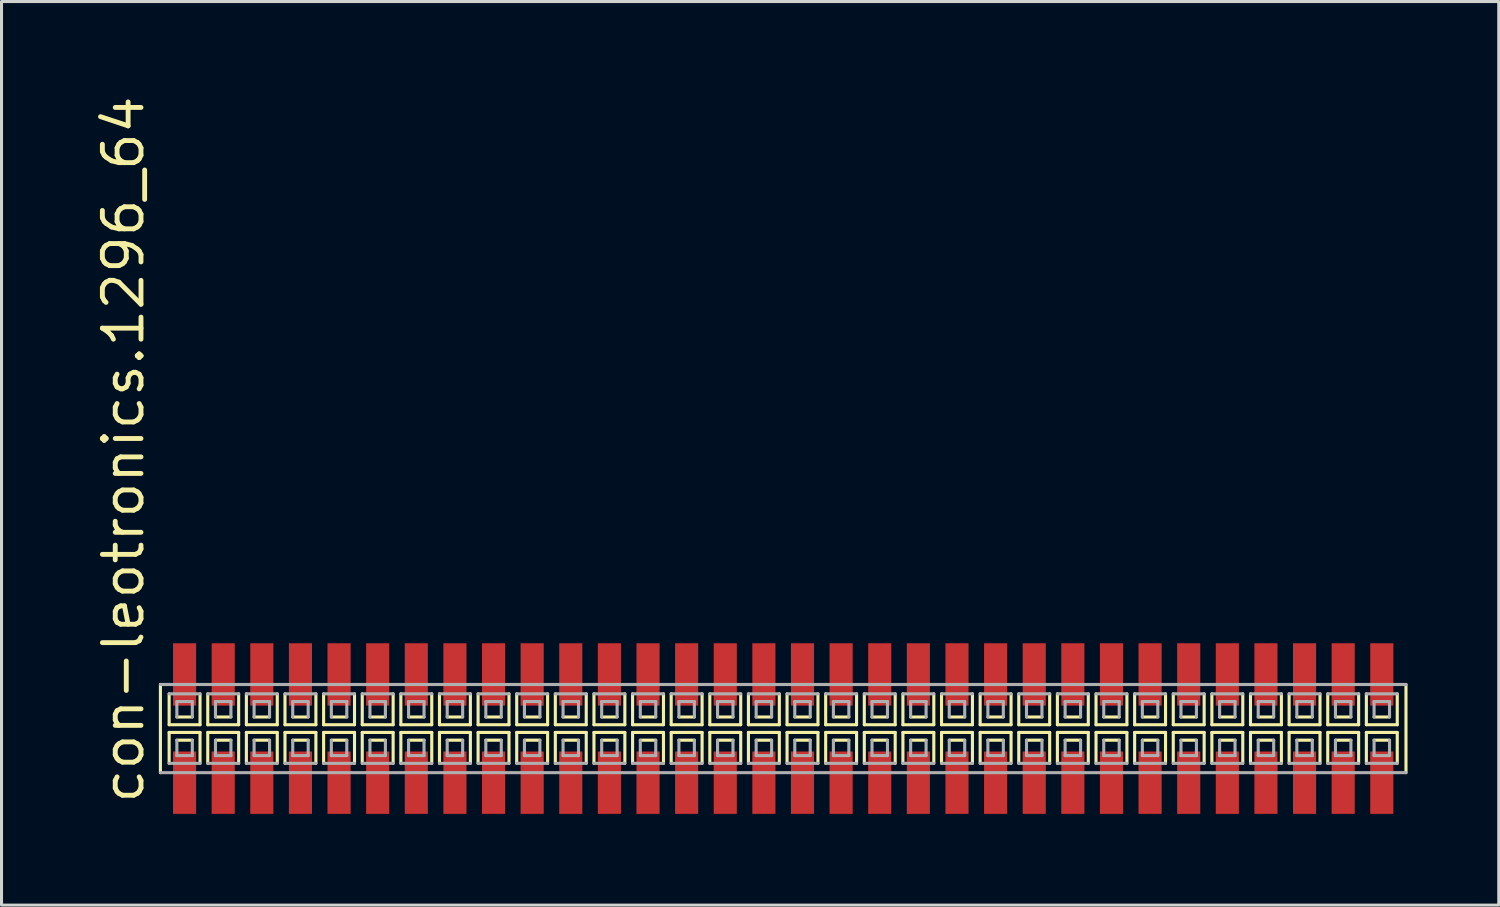
<source format=kicad_pcb>
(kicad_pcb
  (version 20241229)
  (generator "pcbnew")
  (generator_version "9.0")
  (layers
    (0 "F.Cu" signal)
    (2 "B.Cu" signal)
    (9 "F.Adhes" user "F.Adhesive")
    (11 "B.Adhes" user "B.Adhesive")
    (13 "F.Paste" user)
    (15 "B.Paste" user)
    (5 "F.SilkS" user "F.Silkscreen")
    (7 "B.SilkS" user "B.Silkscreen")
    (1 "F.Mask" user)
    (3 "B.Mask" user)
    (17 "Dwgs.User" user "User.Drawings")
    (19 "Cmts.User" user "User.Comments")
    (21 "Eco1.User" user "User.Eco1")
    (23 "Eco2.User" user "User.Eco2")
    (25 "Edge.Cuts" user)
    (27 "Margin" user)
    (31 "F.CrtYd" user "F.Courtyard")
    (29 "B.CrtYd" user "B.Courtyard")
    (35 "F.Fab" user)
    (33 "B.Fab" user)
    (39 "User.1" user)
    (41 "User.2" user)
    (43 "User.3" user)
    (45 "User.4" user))
  (footprint "con-leotronics.1296_64"
    (layer "F.Cu")
    (at 22.705 20.909)
    (property "Reference" "con-leotronics.1296_64" (at -20.955 2.54 90) (layer "F.SilkS") (effects (font (size 1.27 1.27) (thickness 0.16)) (justify left bottom)))
    (attr smd)
    (fp_line (start -20.48 -1.45) (end -20.48 1.45) (stroke (width 0.102) (type default)) (layer "F.SilkS"))
    (fp_line (start -20.193 -1.143) (end -20.193 -0.127) (stroke (width 0.102) (type default)) (layer "F.SilkS"))
    (fp_line (start -20.193 -0.127) (end -19.177 -0.127) (stroke (width 0.102) (type default)) (layer "F.SilkS"))
    (fp_line (start -20.193 0.127) (end -20.193 1.143) (stroke (width 0.102) (type default)) (layer "F.SilkS"))
    (fp_line (start -19.939 -0.381) (end -19.431 -0.381) (stroke (width 0.102) (type default)) (layer "F.SilkS"))
    (fp_line (start -19.431 0.381) (end -19.939 0.381) (stroke (width 0.102) (type default)) (layer "F.SilkS"))
    (fp_line (start -19.177 -0.127) (end -19.177 -1.143) (stroke (width 0.102) (type default)) (layer "F.SilkS"))
    (fp_line (start -19.177 0.127) (end -20.193 0.127) (stroke (width 0.102) (type default)) (layer "F.SilkS"))
    (fp_line (start -19.177 1.143) (end -19.177 0.127) (stroke (width 0.102) (type default)) (layer "F.SilkS"))
    (fp_line (start -18.923 -1.143) (end -18.923 -0.127) (stroke (width 0.102) (type default)) (layer "F.SilkS"))
    (fp_line (start -18.923 -0.127) (end -17.907 -0.127) (stroke (width 0.102) (type default)) (layer "F.SilkS"))
    (fp_line (start -18.923 0.127) (end -18.923 1.143) (stroke (width 0.102) (type default)) (layer "F.SilkS"))
    (fp_line (start -18.669 -0.381) (end -18.161 -0.381) (stroke (width 0.102) (type default)) (layer "F.SilkS"))
    (fp_line (start -18.161 0.381) (end -18.669 0.381) (stroke (width 0.102) (type default)) (layer "F.SilkS"))
    (fp_line (start -17.907 -0.127) (end -17.907 -1.143) (stroke (width 0.102) (type default)) (layer "F.SilkS"))
    (fp_line (start -17.907 0.127) (end -18.923 0.127) (stroke (width 0.102) (type default)) (layer "F.SilkS"))
    (fp_line (start -17.907 1.143) (end -17.907 0.127) (stroke (width 0.102) (type default)) (layer "F.SilkS"))
    (fp_line (start -17.653 -1.143) (end -17.653 -0.127) (stroke (width 0.102) (type default)) (layer "F.SilkS"))
    (fp_line (start -17.653 -0.127) (end -16.637 -0.127) (stroke (width 0.102) (type default)) (layer "F.SilkS"))
    (fp_line (start -17.653 0.127) (end -17.653 1.143) (stroke (width 0.102) (type default)) (layer "F.SilkS"))
    (fp_line (start -17.399 -0.381) (end -16.891 -0.381) (stroke (width 0.102) (type default)) (layer "F.SilkS"))
    (fp_line (start -16.891 0.381) (end -17.399 0.381) (stroke (width 0.102) (type default)) (layer "F.SilkS"))
    (fp_line (start -16.637 -0.127) (end -16.637 -1.143) (stroke (width 0.102) (type default)) (layer "F.SilkS"))
    (fp_line (start -16.637 0.127) (end -17.653 0.127) (stroke (width 0.102) (type default)) (layer "F.SilkS"))
    (fp_line (start -16.637 1.143) (end -16.637 0.127) (stroke (width 0.102) (type default)) (layer "F.SilkS"))
    (fp_line (start -16.383 -1.143) (end -16.383 -0.127) (stroke (width 0.102) (type default)) (layer "F.SilkS"))
    (fp_line (start -16.383 -0.127) (end -15.367 -0.127) (stroke (width 0.102) (type default)) (layer "F.SilkS"))
    (fp_line (start -16.383 0.127) (end -16.383 1.143) (stroke (width 0.102) (type default)) (layer "F.SilkS"))
    (fp_line (start -16.129 -0.381) (end -15.621 -0.381) (stroke (width 0.102) (type default)) (layer "F.SilkS"))
    (fp_line (start -15.621 0.381) (end -16.129 0.381) (stroke (width 0.102) (type default)) (layer "F.SilkS"))
    (fp_line (start -15.367 -0.127) (end -15.367 -1.143) (stroke (width 0.102) (type default)) (layer "F.SilkS"))
    (fp_line (start -15.367 0.127) (end -16.383 0.127) (stroke (width 0.102) (type default)) (layer "F.SilkS"))
    (fp_line (start -15.367 1.143) (end -15.367 0.127) (stroke (width 0.102) (type default)) (layer "F.SilkS"))
    (fp_line (start -15.113 -1.143) (end -15.113 -0.127) (stroke (width 0.102) (type default)) (layer "F.SilkS"))
    (fp_line (start -15.113 -0.127) (end -14.097 -0.127) (stroke (width 0.102) (type default)) (layer "F.SilkS"))
    (fp_line (start -15.113 0.127) (end -15.113 1.143) (stroke (width 0.102) (type default)) (layer "F.SilkS"))
    (fp_line (start -14.859 -0.381) (end -14.351 -0.381) (stroke (width 0.102) (type default)) (layer "F.SilkS"))
    (fp_line (start -14.351 0.381) (end -14.859 0.381) (stroke (width 0.102) (type default)) (layer "F.SilkS"))
    (fp_line (start -14.097 -0.127) (end -14.097 -1.143) (stroke (width 0.102) (type default)) (layer "F.SilkS"))
    (fp_line (start -14.097 0.127) (end -15.113 0.127) (stroke (width 0.102) (type default)) (layer "F.SilkS"))
    (fp_line (start -14.097 1.143) (end -14.097 0.127) (stroke (width 0.102) (type default)) (layer "F.SilkS"))
    (fp_line (start -13.843 -1.143) (end -13.843 -0.127) (stroke (width 0.102) (type default)) (layer "F.SilkS"))
    (fp_line (start -13.843 -0.127) (end -12.827 -0.127) (stroke (width 0.102) (type default)) (layer "F.SilkS"))
    (fp_line (start -13.843 0.127) (end -13.843 1.143) (stroke (width 0.102) (type default)) (layer "F.SilkS"))
    (fp_line (start -13.589 -0.381) (end -13.081 -0.381) (stroke (width 0.102) (type default)) (layer "F.SilkS"))
    (fp_line (start -13.081 0.381) (end -13.589 0.381) (stroke (width 0.102) (type default)) (layer "F.SilkS"))
    (fp_line (start -12.827 -0.127) (end -12.827 -1.143) (stroke (width 0.102) (type default)) (layer "F.SilkS"))
    (fp_line (start -12.827 0.127) (end -13.843 0.127) (stroke (width 0.102) (type default)) (layer "F.SilkS"))
    (fp_line (start -12.827 1.143) (end -12.827 0.127) (stroke (width 0.102) (type default)) (layer "F.SilkS"))
    (fp_line (start -12.573 -1.143) (end -12.573 -0.127) (stroke (width 0.102) (type default)) (layer "F.SilkS"))
    (fp_line (start -12.573 -0.127) (end -11.557 -0.127) (stroke (width 0.102) (type default)) (layer "F.SilkS"))
    (fp_line (start -12.573 0.127) (end -12.573 1.143) (stroke (width 0.102) (type default)) (layer "F.SilkS"))
    (fp_line (start -12.319 -0.381) (end -11.811 -0.381) (stroke (width 0.102) (type default)) (layer "F.SilkS"))
    (fp_line (start -11.811 0.381) (end -12.319 0.381) (stroke (width 0.102) (type default)) (layer "F.SilkS"))
    (fp_line (start -11.557 -0.127) (end -11.557 -1.143) (stroke (width 0.102) (type default)) (layer "F.SilkS"))
    (fp_line (start -11.557 0.127) (end -12.573 0.127) (stroke (width 0.102) (type default)) (layer "F.SilkS"))
    (fp_line (start -11.557 1.143) (end -11.557 0.127) (stroke (width 0.102) (type default)) (layer "F.SilkS"))
    (fp_line (start -11.303 -1.143) (end -11.303 -0.127) (stroke (width 0.102) (type default)) (layer "F.SilkS"))
    (fp_line (start -11.303 -0.127) (end -10.287 -0.127) (stroke (width 0.102) (type default)) (layer "F.SilkS"))
    (fp_line (start -11.303 0.127) (end -11.303 1.143) (stroke (width 0.102) (type default)) (layer "F.SilkS"))
    (fp_line (start -11.049 -0.381) (end -10.541 -0.381) (stroke (width 0.102) (type default)) (layer "F.SilkS"))
    (fp_line (start -10.541 0.381) (end -11.049 0.381) (stroke (width 0.102) (type default)) (layer "F.SilkS"))
    (fp_line (start -10.287 -0.127) (end -10.287 -1.143) (stroke (width 0.102) (type default)) (layer "F.SilkS"))
    (fp_line (start -10.287 0.127) (end -11.303 0.127) (stroke (width 0.102) (type default)) (layer "F.SilkS"))
    (fp_line (start -10.287 1.143) (end -10.287 0.127) (stroke (width 0.102) (type default)) (layer "F.SilkS"))
    (fp_line (start -10.033 -1.143) (end -10.033 -0.127) (stroke (width 0.102) (type default)) (layer "F.SilkS"))
    (fp_line (start -10.033 -0.127) (end -9.017 -0.127) (stroke (width 0.102) (type default)) (layer "F.SilkS"))
    (fp_line (start -10.033 0.127) (end -10.033 1.143) (stroke (width 0.102) (type default)) (layer "F.SilkS"))
    (fp_line (start -9.779 -0.381) (end -9.271 -0.381) (stroke (width 0.102) (type default)) (layer "F.SilkS"))
    (fp_line (start -9.271 0.381) (end -9.779 0.381) (stroke (width 0.102) (type default)) (layer "F.SilkS"))
    (fp_line (start -9.017 -0.127) (end -9.017 -1.143) (stroke (width 0.102) (type default)) (layer "F.SilkS"))
    (fp_line (start -9.017 0.127) (end -10.033 0.127) (stroke (width 0.102) (type default)) (layer "F.SilkS"))
    (fp_line (start -9.017 1.143) (end -9.017 0.127) (stroke (width 0.102) (type default)) (layer "F.SilkS"))
    (fp_line (start -8.763 -1.143) (end -8.763 -0.127) (stroke (width 0.102) (type default)) (layer "F.SilkS"))
    (fp_line (start -8.763 -0.127) (end -7.747 -0.127) (stroke (width 0.102) (type default)) (layer "F.SilkS"))
    (fp_line (start -8.763 0.127) (end -8.763 1.143) (stroke (width 0.102) (type default)) (layer "F.SilkS"))
    (fp_line (start -8.509 -0.381) (end -8.001 -0.381) (stroke (width 0.102) (type default)) (layer "F.SilkS"))
    (fp_line (start -8.001 0.381) (end -8.509 0.381) (stroke (width 0.102) (type default)) (layer "F.SilkS"))
    (fp_line (start -7.747 -0.127) (end -7.747 -1.143) (stroke (width 0.102) (type default)) (layer "F.SilkS"))
    (fp_line (start -7.747 0.127) (end -8.763 0.127) (stroke (width 0.102) (type default)) (layer "F.SilkS"))
    (fp_line (start -7.747 1.143) (end -7.747 0.127) (stroke (width 0.102) (type default)) (layer "F.SilkS"))
    (fp_line (start -7.493 -1.143) (end -7.493 -0.127) (stroke (width 0.102) (type default)) (layer "F.SilkS"))
    (fp_line (start -7.493 -0.127) (end -6.477 -0.127) (stroke (width 0.102) (type default)) (layer "F.SilkS"))
    (fp_line (start -7.493 0.127) (end -7.493 1.143) (stroke (width 0.102) (type default)) (layer "F.SilkS"))
    (fp_line (start -7.239 -0.381) (end -6.731 -0.381) (stroke (width 0.102) (type default)) (layer "F.SilkS"))
    (fp_line (start -6.731 0.381) (end -7.239 0.381) (stroke (width 0.102) (type default)) (layer "F.SilkS"))
    (fp_line (start -6.477 -0.127) (end -6.477 -1.143) (stroke (width 0.102) (type default)) (layer "F.SilkS"))
    (fp_line (start -6.477 0.127) (end -7.493 0.127) (stroke (width 0.102) (type default)) (layer "F.SilkS"))
    (fp_line (start -6.477 1.143) (end -6.477 0.127) (stroke (width 0.102) (type default)) (layer "F.SilkS"))
    (fp_line (start -6.223 -1.143) (end -6.223 -0.127) (stroke (width 0.102) (type default)) (layer "F.SilkS"))
    (fp_line (start -6.223 -0.127) (end -5.207 -0.127) (stroke (width 0.102) (type default)) (layer "F.SilkS"))
    (fp_line (start -6.223 0.127) (end -6.223 1.143) (stroke (width 0.102) (type default)) (layer "F.SilkS"))
    (fp_line (start -5.969 -0.381) (end -5.461 -0.381) (stroke (width 0.102) (type default)) (layer "F.SilkS"))
    (fp_line (start -5.461 0.381) (end -5.969 0.381) (stroke (width 0.102) (type default)) (layer "F.SilkS"))
    (fp_line (start -5.207 -0.127) (end -5.207 -1.143) (stroke (width 0.102) (type default)) (layer "F.SilkS"))
    (fp_line (start -5.207 0.127) (end -6.223 0.127) (stroke (width 0.102) (type default)) (layer "F.SilkS"))
    (fp_line (start -5.207 1.143) (end -5.207 0.127) (stroke (width 0.102) (type default)) (layer "F.SilkS"))
    (fp_line (start -4.953 -1.143) (end -4.953 -0.127) (stroke (width 0.102) (type default)) (layer "F.SilkS"))
    (fp_line (start -4.953 -0.127) (end -3.937 -0.127) (stroke (width 0.102) (type default)) (layer "F.SilkS"))
    (fp_line (start -4.953 0.127) (end -4.953 1.143) (stroke (width 0.102) (type default)) (layer "F.SilkS"))
    (fp_line (start -4.699 -0.381) (end -4.191 -0.381) (stroke (width 0.102) (type default)) (layer "F.SilkS"))
    (fp_line (start -4.191 0.381) (end -4.699 0.381) (stroke (width 0.102) (type default)) (layer "F.SilkS"))
    (fp_line (start -3.937 -0.127) (end -3.937 -1.143) (stroke (width 0.102) (type default)) (layer "F.SilkS"))
    (fp_line (start -3.937 0.127) (end -4.953 0.127) (stroke (width 0.102) (type default)) (layer "F.SilkS"))
    (fp_line (start -3.937 1.143) (end -3.937 0.127) (stroke (width 0.102) (type default)) (layer "F.SilkS"))
    (fp_line (start -3.683 -1.143) (end -3.683 -0.127) (stroke (width 0.102) (type default)) (layer "F.SilkS"))
    (fp_line (start -3.683 -0.127) (end -2.667 -0.127) (stroke (width 0.102) (type default)) (layer "F.SilkS"))
    (fp_line (start -3.683 0.127) (end -3.683 1.143) (stroke (width 0.102) (type default)) (layer "F.SilkS"))
    (fp_line (start -3.429 -0.381) (end -2.921 -0.381) (stroke (width 0.102) (type default)) (layer "F.SilkS"))
    (fp_line (start -2.921 0.381) (end -3.429 0.381) (stroke (width 0.102) (type default)) (layer "F.SilkS"))
    (fp_line (start -2.667 -0.127) (end -2.667 -1.143) (stroke (width 0.102) (type default)) (layer "F.SilkS"))
    (fp_line (start -2.667 0.127) (end -3.683 0.127) (stroke (width 0.102) (type default)) (layer "F.SilkS"))
    (fp_line (start -2.667 1.143) (end -2.667 0.127) (stroke (width 0.102) (type default)) (layer "F.SilkS"))
    (fp_line (start -2.413 -1.143) (end -2.413 -0.127) (stroke (width 0.102) (type default)) (layer "F.SilkS"))
    (fp_line (start -2.413 -0.127) (end -1.397 -0.127) (stroke (width 0.102) (type default)) (layer "F.SilkS"))
    (fp_line (start -2.413 0.127) (end -2.413 1.143) (stroke (width 0.102) (type default)) (layer "F.SilkS"))
    (fp_line (start -2.159 -0.381) (end -1.651 -0.381) (stroke (width 0.102) (type default)) (layer "F.SilkS"))
    (fp_line (start -1.651 0.381) (end -2.159 0.381) (stroke (width 0.102) (type default)) (layer "F.SilkS"))
    (fp_line (start -1.397 -0.127) (end -1.397 -1.143) (stroke (width 0.102) (type default)) (layer "F.SilkS"))
    (fp_line (start -1.397 0.127) (end -2.413 0.127) (stroke (width 0.102) (type default)) (layer "F.SilkS"))
    (fp_line (start -1.397 1.143) (end -1.397 0.127) (stroke (width 0.102) (type default)) (layer "F.SilkS"))
    (fp_line (start -1.143 -1.143) (end -1.143 -0.127) (stroke (width 0.102) (type default)) (layer "F.SilkS"))
    (fp_line (start -1.143 -0.127) (end -0.127 -0.127) (stroke (width 0.102) (type default)) (layer "F.SilkS"))
    (fp_line (start -1.143 0.127) (end -1.143 1.143) (stroke (width 0.102) (type default)) (layer "F.SilkS"))
    (fp_line (start -0.889 -0.381) (end -0.381 -0.381) (stroke (width 0.102) (type default)) (layer "F.SilkS"))
    (fp_line (start -0.381 0.381) (end -0.889 0.381) (stroke (width 0.102) (type default)) (layer "F.SilkS"))
    (fp_line (start -0.127 -0.127) (end -0.127 -1.143) (stroke (width 0.102) (type default)) (layer "F.SilkS"))
    (fp_line (start -0.127 0.127) (end -1.143 0.127) (stroke (width 0.102) (type default)) (layer "F.SilkS"))
    (fp_line (start -0.127 1.143) (end -0.127 0.127) (stroke (width 0.102) (type default)) (layer "F.SilkS"))
    (fp_line (start 0.127 -1.143) (end 0.127 -0.127) (stroke (width 0.102) (type default)) (layer "F.SilkS"))
    (fp_line (start 0.127 -0.127) (end 1.143 -0.127) (stroke (width 0.102) (type default)) (layer "F.SilkS"))
    (fp_line (start 0.127 0.127) (end 0.127 1.143) (stroke (width 0.102) (type default)) (layer "F.SilkS"))
    (fp_line (start 0.381 -0.381) (end 0.889 -0.381) (stroke (width 0.102) (type default)) (layer "F.SilkS"))
    (fp_line (start 0.889 0.381) (end 0.381 0.381) (stroke (width 0.102) (type default)) (layer "F.SilkS"))
    (fp_line (start 1.143 -0.127) (end 1.143 -1.143) (stroke (width 0.102) (type default)) (layer "F.SilkS"))
    (fp_line (start 1.143 0.127) (end 0.127 0.127) (stroke (width 0.102) (type default)) (layer "F.SilkS"))
    (fp_line (start 1.143 1.143) (end 1.143 0.127) (stroke (width 0.102) (type default)) (layer "F.SilkS"))
    (fp_line (start 1.397 -1.143) (end 1.397 -0.127) (stroke (width 0.102) (type default)) (layer "F.SilkS"))
    (fp_line (start 1.397 -0.127) (end 2.413 -0.127) (stroke (width 0.102) (type default)) (layer "F.SilkS"))
    (fp_line (start 1.397 0.127) (end 1.397 1.143) (stroke (width 0.102) (type default)) (layer "F.SilkS"))
    (fp_line (start 1.651 -0.381) (end 2.159 -0.381) (stroke (width 0.102) (type default)) (layer "F.SilkS"))
    (fp_line (start 2.159 0.381) (end 1.651 0.381) (stroke (width 0.102) (type default)) (layer "F.SilkS"))
    (fp_line (start 2.413 -0.127) (end 2.413 -1.143) (stroke (width 0.102) (type default)) (layer "F.SilkS"))
    (fp_line (start 2.413 0.127) (end 1.397 0.127) (stroke (width 0.102) (type default)) (layer "F.SilkS"))
    (fp_line (start 2.413 1.143) (end 2.413 0.127) (stroke (width 0.102) (type default)) (layer "F.SilkS"))
    (fp_line (start 2.667 -1.143) (end 2.667 -0.127) (stroke (width 0.102) (type default)) (layer "F.SilkS"))
    (fp_line (start 2.667 -0.127) (end 3.683 -0.127) (stroke (width 0.102) (type default)) (layer "F.SilkS"))
    (fp_line (start 2.667 0.127) (end 2.667 1.143) (stroke (width 0.102) (type default)) (layer "F.SilkS"))
    (fp_line (start 2.921 -0.381) (end 3.429 -0.381) (stroke (width 0.102) (type default)) (layer "F.SilkS"))
    (fp_line (start 3.429 0.381) (end 2.921 0.381) (stroke (width 0.102) (type default)) (layer "F.SilkS"))
    (fp_line (start 3.683 -0.127) (end 3.683 -1.143) (stroke (width 0.102) (type default)) (layer "F.SilkS"))
    (fp_line (start 3.683 0.127) (end 2.667 0.127) (stroke (width 0.102) (type default)) (layer "F.SilkS"))
    (fp_line (start 3.683 1.143) (end 3.683 0.127) (stroke (width 0.102) (type default)) (layer "F.SilkS"))
    (fp_line (start 3.937 -1.143) (end 3.937 -0.127) (stroke (width 0.102) (type default)) (layer "F.SilkS"))
    (fp_line (start 3.937 -0.127) (end 4.953 -0.127) (stroke (width 0.102) (type default)) (layer "F.SilkS"))
    (fp_line (start 3.937 0.127) (end 3.937 1.143) (stroke (width 0.102) (type default)) (layer "F.SilkS"))
    (fp_line (start 4.191 -0.381) (end 4.699 -0.381) (stroke (width 0.102) (type default)) (layer "F.SilkS"))
    (fp_line (start 4.699 0.381) (end 4.191 0.381) (stroke (width 0.102) (type default)) (layer "F.SilkS"))
    (fp_line (start 4.953 -0.127) (end 4.953 -1.143) (stroke (width 0.102) (type default)) (layer "F.SilkS"))
    (fp_line (start 4.953 0.127) (end 3.937 0.127) (stroke (width 0.102) (type default)) (layer "F.SilkS"))
    (fp_line (start 4.953 1.143) (end 4.953 0.127) (stroke (width 0.102) (type default)) (layer "F.SilkS"))
    (fp_line (start 5.207 -1.143) (end 5.207 -0.127) (stroke (width 0.102) (type default)) (layer "F.SilkS"))
    (fp_line (start 5.207 -0.127) (end 6.223 -0.127) (stroke (width 0.102) (type default)) (layer "F.SilkS"))
    (fp_line (start 5.207 0.127) (end 5.207 1.143) (stroke (width 0.102) (type default)) (layer "F.SilkS"))
    (fp_line (start 5.461 -0.381) (end 5.969 -0.381) (stroke (width 0.102) (type default)) (layer "F.SilkS"))
    (fp_line (start 5.969 0.381) (end 5.461 0.381) (stroke (width 0.102) (type default)) (layer "F.SilkS"))
    (fp_line (start 6.223 -0.127) (end 6.223 -1.143) (stroke (width 0.102) (type default)) (layer "F.SilkS"))
    (fp_line (start 6.223 0.127) (end 5.207 0.127) (stroke (width 0.102) (type default)) (layer "F.SilkS"))
    (fp_line (start 6.223 1.143) (end 6.223 0.127) (stroke (width 0.102) (type default)) (layer "F.SilkS"))
    (fp_line (start 6.477 -1.143) (end 6.477 -0.127) (stroke (width 0.102) (type default)) (layer "F.SilkS"))
    (fp_line (start 6.477 -0.127) (end 7.493 -0.127) (stroke (width 0.102) (type default)) (layer "F.SilkS"))
    (fp_line (start 6.477 0.127) (end 6.477 1.143) (stroke (width 0.102) (type default)) (layer "F.SilkS"))
    (fp_line (start 6.731 -0.381) (end 7.239 -0.381) (stroke (width 0.102) (type default)) (layer "F.SilkS"))
    (fp_line (start 7.239 0.381) (end 6.731 0.381) (stroke (width 0.102) (type default)) (layer "F.SilkS"))
    (fp_line (start 7.493 -0.127) (end 7.493 -1.143) (stroke (width 0.102) (type default)) (layer "F.SilkS"))
    (fp_line (start 7.493 0.127) (end 6.477 0.127) (stroke (width 0.102) (type default)) (layer "F.SilkS"))
    (fp_line (start 7.493 1.143) (end 7.493 0.127) (stroke (width 0.102) (type default)) (layer "F.SilkS"))
    (fp_line (start 7.747 -1.143) (end 7.747 -0.127) (stroke (width 0.102) (type default)) (layer "F.SilkS"))
    (fp_line (start 7.747 -0.127) (end 8.763 -0.127) (stroke (width 0.102) (type default)) (layer "F.SilkS"))
    (fp_line (start 7.747 0.127) (end 7.747 1.143) (stroke (width 0.102) (type default)) (layer "F.SilkS"))
    (fp_line (start 8.001 -0.381) (end 8.509 -0.381) (stroke (width 0.102) (type default)) (layer "F.SilkS"))
    (fp_line (start 8.509 0.381) (end 8.001 0.381) (stroke (width 0.102) (type default)) (layer "F.SilkS"))
    (fp_line (start 8.763 -0.127) (end 8.763 -1.143) (stroke (width 0.102) (type default)) (layer "F.SilkS"))
    (fp_line (start 8.763 0.127) (end 7.747 0.127) (stroke (width 0.102) (type default)) (layer "F.SilkS"))
    (fp_line (start 8.763 1.143) (end 8.763 0.127) (stroke (width 0.102) (type default)) (layer "F.SilkS"))
    (fp_line (start 9.017 -1.143) (end 9.017 -0.127) (stroke (width 0.102) (type default)) (layer "F.SilkS"))
    (fp_line (start 9.017 -0.127) (end 10.033 -0.127) (stroke (width 0.102) (type default)) (layer "F.SilkS"))
    (fp_line (start 9.017 0.127) (end 9.017 1.143) (stroke (width 0.102) (type default)) (layer "F.SilkS"))
    (fp_line (start 9.271 -0.381) (end 9.779 -0.381) (stroke (width 0.102) (type default)) (layer "F.SilkS"))
    (fp_line (start 9.779 0.381) (end 9.271 0.381) (stroke (width 0.102) (type default)) (layer "F.SilkS"))
    (fp_line (start 10.033 -0.127) (end 10.033 -1.143) (stroke (width 0.102) (type default)) (layer "F.SilkS"))
    (fp_line (start 10.033 0.127) (end 9.017 0.127) (stroke (width 0.102) (type default)) (layer "F.SilkS"))
    (fp_line (start 10.033 1.143) (end 10.033 0.127) (stroke (width 0.102) (type default)) (layer "F.SilkS"))
    (fp_line (start 10.287 -1.143) (end 10.287 -0.127) (stroke (width 0.102) (type default)) (layer "F.SilkS"))
    (fp_line (start 10.287 -0.127) (end 11.303 -0.127) (stroke (width 0.102) (type default)) (layer "F.SilkS"))
    (fp_line (start 10.287 0.127) (end 10.287 1.143) (stroke (width 0.102) (type default)) (layer "F.SilkS"))
    (fp_line (start 10.541 -0.381) (end 11.049 -0.381) (stroke (width 0.102) (type default)) (layer "F.SilkS"))
    (fp_line (start 11.049 0.381) (end 10.541 0.381) (stroke (width 0.102) (type default)) (layer "F.SilkS"))
    (fp_line (start 11.303 -0.127) (end 11.303 -1.143) (stroke (width 0.102) (type default)) (layer "F.SilkS"))
    (fp_line (start 11.303 0.127) (end 10.287 0.127) (stroke (width 0.102) (type default)) (layer "F.SilkS"))
    (fp_line (start 11.303 1.143) (end 11.303 0.127) (stroke (width 0.102) (type default)) (layer "F.SilkS"))
    (fp_line (start 11.557 -1.143) (end 11.557 -0.127) (stroke (width 0.102) (type default)) (layer "F.SilkS"))
    (fp_line (start 11.557 -0.127) (end 12.573 -0.127) (stroke (width 0.102) (type default)) (layer "F.SilkS"))
    (fp_line (start 11.557 0.127) (end 11.557 1.143) (stroke (width 0.102) (type default)) (layer "F.SilkS"))
    (fp_line (start 11.811 -0.381) (end 12.319 -0.381) (stroke (width 0.102) (type default)) (layer "F.SilkS"))
    (fp_line (start 12.319 0.381) (end 11.811 0.381) (stroke (width 0.102) (type default)) (layer "F.SilkS"))
    (fp_line (start 12.573 -0.127) (end 12.573 -1.143) (stroke (width 0.102) (type default)) (layer "F.SilkS"))
    (fp_line (start 12.573 0.127) (end 11.557 0.127) (stroke (width 0.102) (type default)) (layer "F.SilkS"))
    (fp_line (start 12.573 1.143) (end 12.573 0.127) (stroke (width 0.102) (type default)) (layer "F.SilkS"))
    (fp_line (start 12.827 -1.143) (end 12.827 -0.127) (stroke (width 0.102) (type default)) (layer "F.SilkS"))
    (fp_line (start 12.827 -0.127) (end 13.843 -0.127) (stroke (width 0.102) (type default)) (layer "F.SilkS"))
    (fp_line (start 12.827 0.127) (end 12.827 1.143) (stroke (width 0.102) (type default)) (layer "F.SilkS"))
    (fp_line (start 13.081 -0.381) (end 13.589 -0.381) (stroke (width 0.102) (type default)) (layer "F.SilkS"))
    (fp_line (start 13.589 0.381) (end 13.081 0.381) (stroke (width 0.102) (type default)) (layer "F.SilkS"))
    (fp_line (start 13.843 -0.127) (end 13.843 -1.143) (stroke (width 0.102) (type default)) (layer "F.SilkS"))
    (fp_line (start 13.843 0.127) (end 12.827 0.127) (stroke (width 0.102) (type default)) (layer "F.SilkS"))
    (fp_line (start 13.843 1.143) (end 13.843 0.127) (stroke (width 0.102) (type default)) (layer "F.SilkS"))
    (fp_line (start 14.097 -1.143) (end 14.097 -0.127) (stroke (width 0.102) (type default)) (layer "F.SilkS"))
    (fp_line (start 14.097 -0.127) (end 15.113 -0.127) (stroke (width 0.102) (type default)) (layer "F.SilkS"))
    (fp_line (start 14.097 0.127) (end 14.097 1.143) (stroke (width 0.102) (type default)) (layer "F.SilkS"))
    (fp_line (start 14.351 -0.381) (end 14.859 -0.381) (stroke (width 0.102) (type default)) (layer "F.SilkS"))
    (fp_line (start 14.859 0.381) (end 14.351 0.381) (stroke (width 0.102) (type default)) (layer "F.SilkS"))
    (fp_line (start 15.113 -0.127) (end 15.113 -1.143) (stroke (width 0.102) (type default)) (layer "F.SilkS"))
    (fp_line (start 15.113 0.127) (end 14.097 0.127) (stroke (width 0.102) (type default)) (layer "F.SilkS"))
    (fp_line (start 15.113 1.143) (end 15.113 0.127) (stroke (width 0.102) (type default)) (layer "F.SilkS"))
    (fp_line (start 15.367 -1.143) (end 15.367 -0.127) (stroke (width 0.102) (type default)) (layer "F.SilkS"))
    (fp_line (start 15.367 -0.127) (end 16.383 -0.127) (stroke (width 0.102) (type default)) (layer "F.SilkS"))
    (fp_line (start 15.367 0.127) (end 15.367 1.143) (stroke (width 0.102) (type default)) (layer "F.SilkS"))
    (fp_line (start 15.621 -0.381) (end 16.129 -0.381) (stroke (width 0.102) (type default)) (layer "F.SilkS"))
    (fp_line (start 16.129 0.381) (end 15.621 0.381) (stroke (width 0.102) (type default)) (layer "F.SilkS"))
    (fp_line (start 16.383 -0.127) (end 16.383 -1.143) (stroke (width 0.102) (type default)) (layer "F.SilkS"))
    (fp_line (start 16.383 0.127) (end 15.367 0.127) (stroke (width 0.102) (type default)) (layer "F.SilkS"))
    (fp_line (start 16.383 1.143) (end 16.383 0.127) (stroke (width 0.102) (type default)) (layer "F.SilkS"))
    (fp_line (start 16.637 -1.143) (end 16.637 -0.127) (stroke (width 0.102) (type default)) (layer "F.SilkS"))
    (fp_line (start 16.637 -0.127) (end 17.653 -0.127) (stroke (width 0.102) (type default)) (layer "F.SilkS"))
    (fp_line (start 16.637 0.127) (end 16.637 1.143) (stroke (width 0.102) (type default)) (layer "F.SilkS"))
    (fp_line (start 16.891 -0.381) (end 17.399 -0.381) (stroke (width 0.102) (type default)) (layer "F.SilkS"))
    (fp_line (start 17.399 0.381) (end 16.891 0.381) (stroke (width 0.102) (type default)) (layer "F.SilkS"))
    (fp_line (start 17.653 -0.127) (end 17.653 -1.143) (stroke (width 0.102) (type default)) (layer "F.SilkS"))
    (fp_line (start 17.653 0.127) (end 16.637 0.127) (stroke (width 0.102) (type default)) (layer "F.SilkS"))
    (fp_line (start 17.653 1.143) (end 17.653 0.127) (stroke (width 0.102) (type default)) (layer "F.SilkS"))
    (fp_line (start 17.907 -1.143) (end 17.907 -0.127) (stroke (width 0.102) (type default)) (layer "F.SilkS"))
    (fp_line (start 17.907 -0.127) (end 18.923 -0.127) (stroke (width 0.102) (type default)) (layer "F.SilkS"))
    (fp_line (start 17.907 0.127) (end 17.907 1.143) (stroke (width 0.102) (type default)) (layer "F.SilkS"))
    (fp_line (start 18.161 -0.381) (end 18.669 -0.381) (stroke (width 0.102) (type default)) (layer "F.SilkS"))
    (fp_line (start 18.669 0.381) (end 18.161 0.381) (stroke (width 0.102) (type default)) (layer "F.SilkS"))
    (fp_line (start 18.923 -0.127) (end 18.923 -1.143) (stroke (width 0.102) (type default)) (layer "F.SilkS"))
    (fp_line (start 18.923 0.127) (end 17.907 0.127) (stroke (width 0.102) (type default)) (layer "F.SilkS"))
    (fp_line (start 18.923 1.143) (end 18.923 0.127) (stroke (width 0.102) (type default)) (layer "F.SilkS"))
    (fp_line (start 19.177 -1.143) (end 19.177 -0.127) (stroke (width 0.102) (type default)) (layer "F.SilkS"))
    (fp_line (start 19.177 -0.127) (end 20.193 -0.127) (stroke (width 0.102) (type default)) (layer "F.SilkS"))
    (fp_line (start 19.177 0.127) (end 19.177 1.143) (stroke (width 0.102) (type default)) (layer "F.SilkS"))
    (fp_line (start 19.431 -0.381) (end 19.939 -0.381) (stroke (width 0.102) (type default)) (layer "F.SilkS"))
    (fp_line (start 19.939 0.381) (end 19.431 0.381) (stroke (width 0.102) (type default)) (layer "F.SilkS"))
    (fp_line (start 20.193 -0.127) (end 20.193 -1.143) (stroke (width 0.102) (type default)) (layer "F.SilkS"))
    (fp_line (start 20.193 0.127) (end 19.177 0.127) (stroke (width 0.102) (type default)) (layer "F.SilkS"))
    (fp_line (start 20.193 1.143) (end 20.193 0.127) (stroke (width 0.102) (type default)) (layer "F.SilkS"))
    (fp_line (start 20.48 1.45) (end 20.48 -1.45) (stroke (width 0.102) (type default)) (layer "F.SilkS"))
    (fp_line (start -20.48 1.45) (end 20.48 1.45) (stroke (width 0.102) (type default)) (layer "F.Fab"))
    (fp_line (start -20.193 1.143) (end -19.177 1.143) (stroke (width 0.102) (type default)) (layer "F.Fab"))
    (fp_line (start -19.939 -0.889) (end -19.939 -0.381) (stroke (width 0.102) (type default)) (layer "F.Fab"))
    (fp_line (start -19.939 0.381) (end -19.939 0.889) (stroke (width 0.102) (type default)) (layer "F.Fab"))
    (fp_line (start -19.939 0.889) (end -19.431 0.889) (stroke (width 0.102) (type default)) (layer "F.Fab"))
    (fp_line (start -19.431 -0.889) (end -19.939 -0.889) (stroke (width 0.102) (type default)) (layer "F.Fab"))
    (fp_line (start -19.431 -0.381) (end -19.431 -0.889) (stroke (width 0.102) (type default)) (layer "F.Fab"))
    (fp_line (start -19.431 0.889) (end -19.431 0.381) (stroke (width 0.102) (type default)) (layer "F.Fab"))
    (fp_line (start -19.177 -1.143) (end -20.193 -1.143) (stroke (width 0.102) (type default)) (layer "F.Fab"))
    (fp_line (start -18.923 1.143) (end -17.907 1.143) (stroke (width 0.102) (type default)) (layer "F.Fab"))
    (fp_line (start -18.669 -0.889) (end -18.669 -0.381) (stroke (width 0.102) (type default)) (layer "F.Fab"))
    (fp_line (start -18.669 0.381) (end -18.669 0.889) (stroke (width 0.102) (type default)) (layer "F.Fab"))
    (fp_line (start -18.669 0.889) (end -18.161 0.889) (stroke (width 0.102) (type default)) (layer "F.Fab"))
    (fp_line (start -18.161 -0.889) (end -18.669 -0.889) (stroke (width 0.102) (type default)) (layer "F.Fab"))
    (fp_line (start -18.161 -0.381) (end -18.161 -0.889) (stroke (width 0.102) (type default)) (layer "F.Fab"))
    (fp_line (start -18.161 0.889) (end -18.161 0.381) (stroke (width 0.102) (type default)) (layer "F.Fab"))
    (fp_line (start -17.907 -1.143) (end -18.923 -1.143) (stroke (width 0.102) (type default)) (layer "F.Fab"))
    (fp_line (start -17.653 1.143) (end -16.637 1.143) (stroke (width 0.102) (type default)) (layer "F.Fab"))
    (fp_line (start -17.399 -0.889) (end -17.399 -0.381) (stroke (width 0.102) (type default)) (layer "F.Fab"))
    (fp_line (start -17.399 0.381) (end -17.399 0.889) (stroke (width 0.102) (type default)) (layer "F.Fab"))
    (fp_line (start -17.399 0.889) (end -16.891 0.889) (stroke (width 0.102) (type default)) (layer "F.Fab"))
    (fp_line (start -16.891 -0.889) (end -17.399 -0.889) (stroke (width 0.102) (type default)) (layer "F.Fab"))
    (fp_line (start -16.891 -0.381) (end -16.891 -0.889) (stroke (width 0.102) (type default)) (layer "F.Fab"))
    (fp_line (start -16.891 0.889) (end -16.891 0.381) (stroke (width 0.102) (type default)) (layer "F.Fab"))
    (fp_line (start -16.637 -1.143) (end -17.653 -1.143) (stroke (width 0.102) (type default)) (layer "F.Fab"))
    (fp_line (start -16.383 1.143) (end -15.367 1.143) (stroke (width 0.102) (type default)) (layer "F.Fab"))
    (fp_line (start -16.129 -0.889) (end -16.129 -0.381) (stroke (width 0.102) (type default)) (layer "F.Fab"))
    (fp_line (start -16.129 0.381) (end -16.129 0.889) (stroke (width 0.102) (type default)) (layer "F.Fab"))
    (fp_line (start -16.129 0.889) (end -15.621 0.889) (stroke (width 0.102) (type default)) (layer "F.Fab"))
    (fp_line (start -15.621 -0.889) (end -16.129 -0.889) (stroke (width 0.102) (type default)) (layer "F.Fab"))
    (fp_line (start -15.621 -0.381) (end -15.621 -0.889) (stroke (width 0.102) (type default)) (layer "F.Fab"))
    (fp_line (start -15.621 0.889) (end -15.621 0.381) (stroke (width 0.102) (type default)) (layer "F.Fab"))
    (fp_line (start -15.367 -1.143) (end -16.383 -1.143) (stroke (width 0.102) (type default)) (layer "F.Fab"))
    (fp_line (start -15.113 1.143) (end -14.097 1.143) (stroke (width 0.102) (type default)) (layer "F.Fab"))
    (fp_line (start -14.859 -0.889) (end -14.859 -0.381) (stroke (width 0.102) (type default)) (layer "F.Fab"))
    (fp_line (start -14.859 0.381) (end -14.859 0.889) (stroke (width 0.102) (type default)) (layer "F.Fab"))
    (fp_line (start -14.859 0.889) (end -14.351 0.889) (stroke (width 0.102) (type default)) (layer "F.Fab"))
    (fp_line (start -14.351 -0.889) (end -14.859 -0.889) (stroke (width 0.102) (type default)) (layer "F.Fab"))
    (fp_line (start -14.351 -0.381) (end -14.351 -0.889) (stroke (width 0.102) (type default)) (layer "F.Fab"))
    (fp_line (start -14.351 0.889) (end -14.351 0.381) (stroke (width 0.102) (type default)) (layer "F.Fab"))
    (fp_line (start -14.097 -1.143) (end -15.113 -1.143) (stroke (width 0.102) (type default)) (layer "F.Fab"))
    (fp_line (start -13.843 1.143) (end -12.827 1.143) (stroke (width 0.102) (type default)) (layer "F.Fab"))
    (fp_line (start -13.589 -0.889) (end -13.589 -0.381) (stroke (width 0.102) (type default)) (layer "F.Fab"))
    (fp_line (start -13.589 0.381) (end -13.589 0.889) (stroke (width 0.102) (type default)) (layer "F.Fab"))
    (fp_line (start -13.589 0.889) (end -13.081 0.889) (stroke (width 0.102) (type default)) (layer "F.Fab"))
    (fp_line (start -13.081 -0.889) (end -13.589 -0.889) (stroke (width 0.102) (type default)) (layer "F.Fab"))
    (fp_line (start -13.081 -0.381) (end -13.081 -0.889) (stroke (width 0.102) (type default)) (layer "F.Fab"))
    (fp_line (start -13.081 0.889) (end -13.081 0.381) (stroke (width 0.102) (type default)) (layer "F.Fab"))
    (fp_line (start -12.827 -1.143) (end -13.843 -1.143) (stroke (width 0.102) (type default)) (layer "F.Fab"))
    (fp_line (start -12.573 1.143) (end -11.557 1.143) (stroke (width 0.102) (type default)) (layer "F.Fab"))
    (fp_line (start -12.319 -0.889) (end -12.319 -0.381) (stroke (width 0.102) (type default)) (layer "F.Fab"))
    (fp_line (start -12.319 0.381) (end -12.319 0.889) (stroke (width 0.102) (type default)) (layer "F.Fab"))
    (fp_line (start -12.319 0.889) (end -11.811 0.889) (stroke (width 0.102) (type default)) (layer "F.Fab"))
    (fp_line (start -11.811 -0.889) (end -12.319 -0.889) (stroke (width 0.102) (type default)) (layer "F.Fab"))
    (fp_line (start -11.811 -0.381) (end -11.811 -0.889) (stroke (width 0.102) (type default)) (layer "F.Fab"))
    (fp_line (start -11.811 0.889) (end -11.811 0.381) (stroke (width 0.102) (type default)) (layer "F.Fab"))
    (fp_line (start -11.557 -1.143) (end -12.573 -1.143) (stroke (width 0.102) (type default)) (layer "F.Fab"))
    (fp_line (start -11.303 1.143) (end -10.287 1.143) (stroke (width 0.102) (type default)) (layer "F.Fab"))
    (fp_line (start -11.049 -0.889) (end -11.049 -0.381) (stroke (width 0.102) (type default)) (layer "F.Fab"))
    (fp_line (start -11.049 0.381) (end -11.049 0.889) (stroke (width 0.102) (type default)) (layer "F.Fab"))
    (fp_line (start -11.049 0.889) (end -10.541 0.889) (stroke (width 0.102) (type default)) (layer "F.Fab"))
    (fp_line (start -10.541 -0.889) (end -11.049 -0.889) (stroke (width 0.102) (type default)) (layer "F.Fab"))
    (fp_line (start -10.541 -0.381) (end -10.541 -0.889) (stroke (width 0.102) (type default)) (layer "F.Fab"))
    (fp_line (start -10.541 0.889) (end -10.541 0.381) (stroke (width 0.102) (type default)) (layer "F.Fab"))
    (fp_line (start -10.287 -1.143) (end -11.303 -1.143) (stroke (width 0.102) (type default)) (layer "F.Fab"))
    (fp_line (start -10.033 1.143) (end -9.017 1.143) (stroke (width 0.102) (type default)) (layer "F.Fab"))
    (fp_line (start -9.779 -0.889) (end -9.779 -0.381) (stroke (width 0.102) (type default)) (layer "F.Fab"))
    (fp_line (start -9.779 0.381) (end -9.779 0.889) (stroke (width 0.102) (type default)) (layer "F.Fab"))
    (fp_line (start -9.779 0.889) (end -9.271 0.889) (stroke (width 0.102) (type default)) (layer "F.Fab"))
    (fp_line (start -9.271 -0.889) (end -9.779 -0.889) (stroke (width 0.102) (type default)) (layer "F.Fab"))
    (fp_line (start -9.271 -0.381) (end -9.271 -0.889) (stroke (width 0.102) (type default)) (layer "F.Fab"))
    (fp_line (start -9.271 0.889) (end -9.271 0.381) (stroke (width 0.102) (type default)) (layer "F.Fab"))
    (fp_line (start -9.017 -1.143) (end -10.033 -1.143) (stroke (width 0.102) (type default)) (layer "F.Fab"))
    (fp_line (start -8.763 1.143) (end -7.747 1.143) (stroke (width 0.102) (type default)) (layer "F.Fab"))
    (fp_line (start -8.509 -0.889) (end -8.509 -0.381) (stroke (width 0.102) (type default)) (layer "F.Fab"))
    (fp_line (start -8.509 0.381) (end -8.509 0.889) (stroke (width 0.102) (type default)) (layer "F.Fab"))
    (fp_line (start -8.509 0.889) (end -8.001 0.889) (stroke (width 0.102) (type default)) (layer "F.Fab"))
    (fp_line (start -8.001 -0.889) (end -8.509 -0.889) (stroke (width 0.102) (type default)) (layer "F.Fab"))
    (fp_line (start -8.001 -0.381) (end -8.001 -0.889) (stroke (width 0.102) (type default)) (layer "F.Fab"))
    (fp_line (start -8.001 0.889) (end -8.001 0.381) (stroke (width 0.102) (type default)) (layer "F.Fab"))
    (fp_line (start -7.747 -1.143) (end -8.763 -1.143) (stroke (width 0.102) (type default)) (layer "F.Fab"))
    (fp_line (start -7.493 1.143) (end -6.477 1.143) (stroke (width 0.102) (type default)) (layer "F.Fab"))
    (fp_line (start -7.239 -0.889) (end -7.239 -0.381) (stroke (width 0.102) (type default)) (layer "F.Fab"))
    (fp_line (start -7.239 0.381) (end -7.239 0.889) (stroke (width 0.102) (type default)) (layer "F.Fab"))
    (fp_line (start -7.239 0.889) (end -6.731 0.889) (stroke (width 0.102) (type default)) (layer "F.Fab"))
    (fp_line (start -6.731 -0.889) (end -7.239 -0.889) (stroke (width 0.102) (type default)) (layer "F.Fab"))
    (fp_line (start -6.731 -0.381) (end -6.731 -0.889) (stroke (width 0.102) (type default)) (layer "F.Fab"))
    (fp_line (start -6.731 0.889) (end -6.731 0.381) (stroke (width 0.102) (type default)) (layer "F.Fab"))
    (fp_line (start -6.477 -1.143) (end -7.493 -1.143) (stroke (width 0.102) (type default)) (layer "F.Fab"))
    (fp_line (start -6.223 1.143) (end -5.207 1.143) (stroke (width 0.102) (type default)) (layer "F.Fab"))
    (fp_line (start -5.969 -0.889) (end -5.969 -0.381) (stroke (width 0.102) (type default)) (layer "F.Fab"))
    (fp_line (start -5.969 0.381) (end -5.969 0.889) (stroke (width 0.102) (type default)) (layer "F.Fab"))
    (fp_line (start -5.969 0.889) (end -5.461 0.889) (stroke (width 0.102) (type default)) (layer "F.Fab"))
    (fp_line (start -5.461 -0.889) (end -5.969 -0.889) (stroke (width 0.102) (type default)) (layer "F.Fab"))
    (fp_line (start -5.461 -0.381) (end -5.461 -0.889) (stroke (width 0.102) (type default)) (layer "F.Fab"))
    (fp_line (start -5.461 0.889) (end -5.461 0.381) (stroke (width 0.102) (type default)) (layer "F.Fab"))
    (fp_line (start -5.207 -1.143) (end -6.223 -1.143) (stroke (width 0.102) (type default)) (layer "F.Fab"))
    (fp_line (start -4.953 1.143) (end -3.937 1.143) (stroke (width 0.102) (type default)) (layer "F.Fab"))
    (fp_line (start -4.699 -0.889) (end -4.699 -0.381) (stroke (width 0.102) (type default)) (layer "F.Fab"))
    (fp_line (start -4.699 0.381) (end -4.699 0.889) (stroke (width 0.102) (type default)) (layer "F.Fab"))
    (fp_line (start -4.699 0.889) (end -4.191 0.889) (stroke (width 0.102) (type default)) (layer "F.Fab"))
    (fp_line (start -4.191 -0.889) (end -4.699 -0.889) (stroke (width 0.102) (type default)) (layer "F.Fab"))
    (fp_line (start -4.191 -0.381) (end -4.191 -0.889) (stroke (width 0.102) (type default)) (layer "F.Fab"))
    (fp_line (start -4.191 0.889) (end -4.191 0.381) (stroke (width 0.102) (type default)) (layer "F.Fab"))
    (fp_line (start -3.937 -1.143) (end -4.953 -1.143) (stroke (width 0.102) (type default)) (layer "F.Fab"))
    (fp_line (start -3.683 1.143) (end -2.667 1.143) (stroke (width 0.102) (type default)) (layer "F.Fab"))
    (fp_line (start -3.429 -0.889) (end -3.429 -0.381) (stroke (width 0.102) (type default)) (layer "F.Fab"))
    (fp_line (start -3.429 0.381) (end -3.429 0.889) (stroke (width 0.102) (type default)) (layer "F.Fab"))
    (fp_line (start -3.429 0.889) (end -2.921 0.889) (stroke (width 0.102) (type default)) (layer "F.Fab"))
    (fp_line (start -2.921 -0.889) (end -3.429 -0.889) (stroke (width 0.102) (type default)) (layer "F.Fab"))
    (fp_line (start -2.921 -0.381) (end -2.921 -0.889) (stroke (width 0.102) (type default)) (layer "F.Fab"))
    (fp_line (start -2.921 0.889) (end -2.921 0.381) (stroke (width 0.102) (type default)) (layer "F.Fab"))
    (fp_line (start -2.667 -1.143) (end -3.683 -1.143) (stroke (width 0.102) (type default)) (layer "F.Fab"))
    (fp_line (start -2.413 1.143) (end -1.397 1.143) (stroke (width 0.102) (type default)) (layer "F.Fab"))
    (fp_line (start -2.159 -0.889) (end -2.159 -0.381) (stroke (width 0.102) (type default)) (layer "F.Fab"))
    (fp_line (start -2.159 0.381) (end -2.159 0.889) (stroke (width 0.102) (type default)) (layer "F.Fab"))
    (fp_line (start -2.159 0.889) (end -1.651 0.889) (stroke (width 0.102) (type default)) (layer "F.Fab"))
    (fp_line (start -1.651 -0.889) (end -2.159 -0.889) (stroke (width 0.102) (type default)) (layer "F.Fab"))
    (fp_line (start -1.651 -0.381) (end -1.651 -0.889) (stroke (width 0.102) (type default)) (layer "F.Fab"))
    (fp_line (start -1.651 0.889) (end -1.651 0.381) (stroke (width 0.102) (type default)) (layer "F.Fab"))
    (fp_line (start -1.397 -1.143) (end -2.413 -1.143) (stroke (width 0.102) (type default)) (layer "F.Fab"))
    (fp_line (start -1.143 1.143) (end -0.127 1.143) (stroke (width 0.102) (type default)) (layer "F.Fab"))
    (fp_line (start -0.889 -0.889) (end -0.889 -0.381) (stroke (width 0.102) (type default)) (layer "F.Fab"))
    (fp_line (start -0.889 0.381) (end -0.889 0.889) (stroke (width 0.102) (type default)) (layer "F.Fab"))
    (fp_line (start -0.889 0.889) (end -0.381 0.889) (stroke (width 0.102) (type default)) (layer "F.Fab"))
    (fp_line (start -0.381 -0.889) (end -0.889 -0.889) (stroke (width 0.102) (type default)) (layer "F.Fab"))
    (fp_line (start -0.381 -0.381) (end -0.381 -0.889) (stroke (width 0.102) (type default)) (layer "F.Fab"))
    (fp_line (start -0.381 0.889) (end -0.381 0.381) (stroke (width 0.102) (type default)) (layer "F.Fab"))
    (fp_line (start -0.127 -1.143) (end -1.143 -1.143) (stroke (width 0.102) (type default)) (layer "F.Fab"))
    (fp_line (start 0.127 1.143) (end 1.143 1.143) (stroke (width 0.102) (type default)) (layer "F.Fab"))
    (fp_line (start 0.381 -0.889) (end 0.381 -0.381) (stroke (width 0.102) (type default)) (layer "F.Fab"))
    (fp_line (start 0.381 0.381) (end 0.381 0.889) (stroke (width 0.102) (type default)) (layer "F.Fab"))
    (fp_line (start 0.381 0.889) (end 0.889 0.889) (stroke (width 0.102) (type default)) (layer "F.Fab"))
    (fp_line (start 0.889 -0.889) (end 0.381 -0.889) (stroke (width 0.102) (type default)) (layer "F.Fab"))
    (fp_line (start 0.889 -0.381) (end 0.889 -0.889) (stroke (width 0.102) (type default)) (layer "F.Fab"))
    (fp_line (start 0.889 0.889) (end 0.889 0.381) (stroke (width 0.102) (type default)) (layer "F.Fab"))
    (fp_line (start 1.143 -1.143) (end 0.127 -1.143) (stroke (width 0.102) (type default)) (layer "F.Fab"))
    (fp_line (start 1.397 1.143) (end 2.413 1.143) (stroke (width 0.102) (type default)) (layer "F.Fab"))
    (fp_line (start 1.651 -0.889) (end 1.651 -0.381) (stroke (width 0.102) (type default)) (layer "F.Fab"))
    (fp_line (start 1.651 0.381) (end 1.651 0.889) (stroke (width 0.102) (type default)) (layer "F.Fab"))
    (fp_line (start 1.651 0.889) (end 2.159 0.889) (stroke (width 0.102) (type default)) (layer "F.Fab"))
    (fp_line (start 2.159 -0.889) (end 1.651 -0.889) (stroke (width 0.102) (type default)) (layer "F.Fab"))
    (fp_line (start 2.159 -0.381) (end 2.159 -0.889) (stroke (width 0.102) (type default)) (layer "F.Fab"))
    (fp_line (start 2.159 0.889) (end 2.159 0.381) (stroke (width 0.102) (type default)) (layer "F.Fab"))
    (fp_line (start 2.413 -1.143) (end 1.397 -1.143) (stroke (width 0.102) (type default)) (layer "F.Fab"))
    (fp_line (start 2.667 1.143) (end 3.683 1.143) (stroke (width 0.102) (type default)) (layer "F.Fab"))
    (fp_line (start 2.921 -0.889) (end 2.921 -0.381) (stroke (width 0.102) (type default)) (layer "F.Fab"))
    (fp_line (start 2.921 0.381) (end 2.921 0.889) (stroke (width 0.102) (type default)) (layer "F.Fab"))
    (fp_line (start 2.921 0.889) (end 3.429 0.889) (stroke (width 0.102) (type default)) (layer "F.Fab"))
    (fp_line (start 3.429 -0.889) (end 2.921 -0.889) (stroke (width 0.102) (type default)) (layer "F.Fab"))
    (fp_line (start 3.429 -0.381) (end 3.429 -0.889) (stroke (width 0.102) (type default)) (layer "F.Fab"))
    (fp_line (start 3.429 0.889) (end 3.429 0.381) (stroke (width 0.102) (type default)) (layer "F.Fab"))
    (fp_line (start 3.683 -1.143) (end 2.667 -1.143) (stroke (width 0.102) (type default)) (layer "F.Fab"))
    (fp_line (start 3.937 1.143) (end 4.953 1.143) (stroke (width 0.102) (type default)) (layer "F.Fab"))
    (fp_line (start 4.191 -0.889) (end 4.191 -0.381) (stroke (width 0.102) (type default)) (layer "F.Fab"))
    (fp_line (start 4.191 0.381) (end 4.191 0.889) (stroke (width 0.102) (type default)) (layer "F.Fab"))
    (fp_line (start 4.191 0.889) (end 4.699 0.889) (stroke (width 0.102) (type default)) (layer "F.Fab"))
    (fp_line (start 4.699 -0.889) (end 4.191 -0.889) (stroke (width 0.102) (type default)) (layer "F.Fab"))
    (fp_line (start 4.699 -0.381) (end 4.699 -0.889) (stroke (width 0.102) (type default)) (layer "F.Fab"))
    (fp_line (start 4.699 0.889) (end 4.699 0.381) (stroke (width 0.102) (type default)) (layer "F.Fab"))
    (fp_line (start 4.953 -1.143) (end 3.937 -1.143) (stroke (width 0.102) (type default)) (layer "F.Fab"))
    (fp_line (start 5.207 1.143) (end 6.223 1.143) (stroke (width 0.102) (type default)) (layer "F.Fab"))
    (fp_line (start 5.461 -0.889) (end 5.461 -0.381) (stroke (width 0.102) (type default)) (layer "F.Fab"))
    (fp_line (start 5.461 0.381) (end 5.461 0.889) (stroke (width 0.102) (type default)) (layer "F.Fab"))
    (fp_line (start 5.461 0.889) (end 5.969 0.889) (stroke (width 0.102) (type default)) (layer "F.Fab"))
    (fp_line (start 5.969 -0.889) (end 5.461 -0.889) (stroke (width 0.102) (type default)) (layer "F.Fab"))
    (fp_line (start 5.969 -0.381) (end 5.969 -0.889) (stroke (width 0.102) (type default)) (layer "F.Fab"))
    (fp_line (start 5.969 0.889) (end 5.969 0.381) (stroke (width 0.102) (type default)) (layer "F.Fab"))
    (fp_line (start 6.223 -1.143) (end 5.207 -1.143) (stroke (width 0.102) (type default)) (layer "F.Fab"))
    (fp_line (start 6.477 1.143) (end 7.493 1.143) (stroke (width 0.102) (type default)) (layer "F.Fab"))
    (fp_line (start 6.731 -0.889) (end 6.731 -0.381) (stroke (width 0.102) (type default)) (layer "F.Fab"))
    (fp_line (start 6.731 0.381) (end 6.731 0.889) (stroke (width 0.102) (type default)) (layer "F.Fab"))
    (fp_line (start 6.731 0.889) (end 7.239 0.889) (stroke (width 0.102) (type default)) (layer "F.Fab"))
    (fp_line (start 7.239 -0.889) (end 6.731 -0.889) (stroke (width 0.102) (type default)) (layer "F.Fab"))
    (fp_line (start 7.239 -0.381) (end 7.239 -0.889) (stroke (width 0.102) (type default)) (layer "F.Fab"))
    (fp_line (start 7.239 0.889) (end 7.239 0.381) (stroke (width 0.102) (type default)) (layer "F.Fab"))
    (fp_line (start 7.493 -1.143) (end 6.477 -1.143) (stroke (width 0.102) (type default)) (layer "F.Fab"))
    (fp_line (start 7.747 1.143) (end 8.763 1.143) (stroke (width 0.102) (type default)) (layer "F.Fab"))
    (fp_line (start 8.001 -0.889) (end 8.001 -0.381) (stroke (width 0.102) (type default)) (layer "F.Fab"))
    (fp_line (start 8.001 0.381) (end 8.001 0.889) (stroke (width 0.102) (type default)) (layer "F.Fab"))
    (fp_line (start 8.001 0.889) (end 8.509 0.889) (stroke (width 0.102) (type default)) (layer "F.Fab"))
    (fp_line (start 8.509 -0.889) (end 8.001 -0.889) (stroke (width 0.102) (type default)) (layer "F.Fab"))
    (fp_line (start 8.509 -0.381) (end 8.509 -0.889) (stroke (width 0.102) (type default)) (layer "F.Fab"))
    (fp_line (start 8.509 0.889) (end 8.509 0.381) (stroke (width 0.102) (type default)) (layer "F.Fab"))
    (fp_line (start 8.763 -1.143) (end 7.747 -1.143) (stroke (width 0.102) (type default)) (layer "F.Fab"))
    (fp_line (start 9.017 1.143) (end 10.033 1.143) (stroke (width 0.102) (type default)) (layer "F.Fab"))
    (fp_line (start 9.271 -0.889) (end 9.271 -0.381) (stroke (width 0.102) (type default)) (layer "F.Fab"))
    (fp_line (start 9.271 0.381) (end 9.271 0.889) (stroke (width 0.102) (type default)) (layer "F.Fab"))
    (fp_line (start 9.271 0.889) (end 9.779 0.889) (stroke (width 0.102) (type default)) (layer "F.Fab"))
    (fp_line (start 9.779 -0.889) (end 9.271 -0.889) (stroke (width 0.102) (type default)) (layer "F.Fab"))
    (fp_line (start 9.779 -0.381) (end 9.779 -0.889) (stroke (width 0.102) (type default)) (layer "F.Fab"))
    (fp_line (start 9.779 0.889) (end 9.779 0.381) (stroke (width 0.102) (type default)) (layer "F.Fab"))
    (fp_line (start 10.033 -1.143) (end 9.017 -1.143) (stroke (width 0.102) (type default)) (layer "F.Fab"))
    (fp_line (start 10.287 1.143) (end 11.303 1.143) (stroke (width 0.102) (type default)) (layer "F.Fab"))
    (fp_line (start 10.541 -0.889) (end 10.541 -0.381) (stroke (width 0.102) (type default)) (layer "F.Fab"))
    (fp_line (start 10.541 0.381) (end 10.541 0.889) (stroke (width 0.102) (type default)) (layer "F.Fab"))
    (fp_line (start 10.541 0.889) (end 11.049 0.889) (stroke (width 0.102) (type default)) (layer "F.Fab"))
    (fp_line (start 11.049 -0.889) (end 10.541 -0.889) (stroke (width 0.102) (type default)) (layer "F.Fab"))
    (fp_line (start 11.049 -0.381) (end 11.049 -0.889) (stroke (width 0.102) (type default)) (layer "F.Fab"))
    (fp_line (start 11.049 0.889) (end 11.049 0.381) (stroke (width 0.102) (type default)) (layer "F.Fab"))
    (fp_line (start 11.303 -1.143) (end 10.287 -1.143) (stroke (width 0.102) (type default)) (layer "F.Fab"))
    (fp_line (start 11.557 1.143) (end 12.573 1.143) (stroke (width 0.102) (type default)) (layer "F.Fab"))
    (fp_line (start 11.811 -0.889) (end 11.811 -0.381) (stroke (width 0.102) (type default)) (layer "F.Fab"))
    (fp_line (start 11.811 0.381) (end 11.811 0.889) (stroke (width 0.102) (type default)) (layer "F.Fab"))
    (fp_line (start 11.811 0.889) (end 12.319 0.889) (stroke (width 0.102) (type default)) (layer "F.Fab"))
    (fp_line (start 12.319 -0.889) (end 11.811 -0.889) (stroke (width 0.102) (type default)) (layer "F.Fab"))
    (fp_line (start 12.319 -0.381) (end 12.319 -0.889) (stroke (width 0.102) (type default)) (layer "F.Fab"))
    (fp_line (start 12.319 0.889) (end 12.319 0.381) (stroke (width 0.102) (type default)) (layer "F.Fab"))
    (fp_line (start 12.573 -1.143) (end 11.557 -1.143) (stroke (width 0.102) (type default)) (layer "F.Fab"))
    (fp_line (start 12.827 1.143) (end 13.843 1.143) (stroke (width 0.102) (type default)) (layer "F.Fab"))
    (fp_line (start 13.081 -0.889) (end 13.081 -0.381) (stroke (width 0.102) (type default)) (layer "F.Fab"))
    (fp_line (start 13.081 0.381) (end 13.081 0.889) (stroke (width 0.102) (type default)) (layer "F.Fab"))
    (fp_line (start 13.081 0.889) (end 13.589 0.889) (stroke (width 0.102) (type default)) (layer "F.Fab"))
    (fp_line (start 13.589 -0.889) (end 13.081 -0.889) (stroke (width 0.102) (type default)) (layer "F.Fab"))
    (fp_line (start 13.589 -0.381) (end 13.589 -0.889) (stroke (width 0.102) (type default)) (layer "F.Fab"))
    (fp_line (start 13.589 0.889) (end 13.589 0.381) (stroke (width 0.102) (type default)) (layer "F.Fab"))
    (fp_line (start 13.843 -1.143) (end 12.827 -1.143) (stroke (width 0.102) (type default)) (layer "F.Fab"))
    (fp_line (start 14.097 1.143) (end 15.113 1.143) (stroke (width 0.102) (type default)) (layer "F.Fab"))
    (fp_line (start 14.351 -0.889) (end 14.351 -0.381) (stroke (width 0.102) (type default)) (layer "F.Fab"))
    (fp_line (start 14.351 0.381) (end 14.351 0.889) (stroke (width 0.102) (type default)) (layer "F.Fab"))
    (fp_line (start 14.351 0.889) (end 14.859 0.889) (stroke (width 0.102) (type default)) (layer "F.Fab"))
    (fp_line (start 14.859 -0.889) (end 14.351 -0.889) (stroke (width 0.102) (type default)) (layer "F.Fab"))
    (fp_line (start 14.859 -0.381) (end 14.859 -0.889) (stroke (width 0.102) (type default)) (layer "F.Fab"))
    (fp_line (start 14.859 0.889) (end 14.859 0.381) (stroke (width 0.102) (type default)) (layer "F.Fab"))
    (fp_line (start 15.113 -1.143) (end 14.097 -1.143) (stroke (width 0.102) (type default)) (layer "F.Fab"))
    (fp_line (start 15.367 1.143) (end 16.383 1.143) (stroke (width 0.102) (type default)) (layer "F.Fab"))
    (fp_line (start 15.621 -0.889) (end 15.621 -0.381) (stroke (width 0.102) (type default)) (layer "F.Fab"))
    (fp_line (start 15.621 0.381) (end 15.621 0.889) (stroke (width 0.102) (type default)) (layer "F.Fab"))
    (fp_line (start 15.621 0.889) (end 16.129 0.889) (stroke (width 0.102) (type default)) (layer "F.Fab"))
    (fp_line (start 16.129 -0.889) (end 15.621 -0.889) (stroke (width 0.102) (type default)) (layer "F.Fab"))
    (fp_line (start 16.129 -0.381) (end 16.129 -0.889) (stroke (width 0.102) (type default)) (layer "F.Fab"))
    (fp_line (start 16.129 0.889) (end 16.129 0.381) (stroke (width 0.102) (type default)) (layer "F.Fab"))
    (fp_line (start 16.383 -1.143) (end 15.367 -1.143) (stroke (width 0.102) (type default)) (layer "F.Fab"))
    (fp_line (start 16.637 1.143) (end 17.653 1.143) (stroke (width 0.102) (type default)) (layer "F.Fab"))
    (fp_line (start 16.891 -0.889) (end 16.891 -0.381) (stroke (width 0.102) (type default)) (layer "F.Fab"))
    (fp_line (start 16.891 0.381) (end 16.891 0.889) (stroke (width 0.102) (type default)) (layer "F.Fab"))
    (fp_line (start 16.891 0.889) (end 17.399 0.889) (stroke (width 0.102) (type default)) (layer "F.Fab"))
    (fp_line (start 17.399 -0.889) (end 16.891 -0.889) (stroke (width 0.102) (type default)) (layer "F.Fab"))
    (fp_line (start 17.399 -0.381) (end 17.399 -0.889) (stroke (width 0.102) (type default)) (layer "F.Fab"))
    (fp_line (start 17.399 0.889) (end 17.399 0.381) (stroke (width 0.102) (type default)) (layer "F.Fab"))
    (fp_line (start 17.653 -1.143) (end 16.637 -1.143) (stroke (width 0.102) (type default)) (layer "F.Fab"))
    (fp_line (start 17.907 1.143) (end 18.923 1.143) (stroke (width 0.102) (type default)) (layer "F.Fab"))
    (fp_line (start 18.161 -0.889) (end 18.161 -0.381) (stroke (width 0.102) (type default)) (layer "F.Fab"))
    (fp_line (start 18.161 0.381) (end 18.161 0.889) (stroke (width 0.102) (type default)) (layer "F.Fab"))
    (fp_line (start 18.161 0.889) (end 18.669 0.889) (stroke (width 0.102) (type default)) (layer "F.Fab"))
    (fp_line (start 18.669 -0.889) (end 18.161 -0.889) (stroke (width 0.102) (type default)) (layer "F.Fab"))
    (fp_line (start 18.669 -0.381) (end 18.669 -0.889) (stroke (width 0.102) (type default)) (layer "F.Fab"))
    (fp_line (start 18.669 0.889) (end 18.669 0.381) (stroke (width 0.102) (type default)) (layer "F.Fab"))
    (fp_line (start 18.923 -1.143) (end 17.907 -1.143) (stroke (width 0.102) (type default)) (layer "F.Fab"))
    (fp_line (start 19.177 1.143) (end 20.193 1.143) (stroke (width 0.102) (type default)) (layer "F.Fab"))
    (fp_line (start 19.431 -0.889) (end 19.431 -0.381) (stroke (width 0.102) (type default)) (layer "F.Fab"))
    (fp_line (start 19.431 0.381) (end 19.431 0.889) (stroke (width 0.102) (type default)) (layer "F.Fab"))
    (fp_line (start 19.431 0.889) (end 19.939 0.889) (stroke (width 0.102) (type default)) (layer "F.Fab"))
    (fp_line (start 19.939 -0.889) (end 19.431 -0.889) (stroke (width 0.102) (type default)) (layer "F.Fab"))
    (fp_line (start 19.939 -0.381) (end 19.939 -0.889) (stroke (width 0.102) (type default)) (layer "F.Fab"))
    (fp_line (start 19.939 0.889) (end 19.939 0.381) (stroke (width 0.102) (type default)) (layer "F.Fab"))
    (fp_line (start 20.193 -1.143) (end 19.177 -1.143) (stroke (width 0.102) (type default)) (layer "F.Fab"))
    (fp_line (start 20.48 -1.45) (end -20.48 -1.45) (stroke (width 0.102) (type default)) (layer "F.Fab"))
    (pad "1" smd roundrect (at -19.685 1.78) (size 0.76 2.05) (layers "F.Cu" "F.Mask" "F.Paste") (roundrect_rratio 0.01))
    (pad "2" smd roundrect (at -19.685 -1.78) (size 0.76 2.05) (layers "F.Cu" "F.Mask" "F.Paste") (roundrect_rratio 0.01))
    (pad "3" smd roundrect (at -18.415 1.78) (size 0.76 2.05) (layers "F.Cu" "F.Mask" "F.Paste") (roundrect_rratio 0.01))
    (pad "4" smd roundrect (at -18.415 -1.78) (size 0.76 2.05) (layers "F.Cu" "F.Mask" "F.Paste") (roundrect_rratio 0.01))
    (pad "5" smd roundrect (at -17.145 1.78) (size 0.76 2.05) (layers "F.Cu" "F.Mask" "F.Paste") (roundrect_rratio 0.01))
    (pad "6" smd roundrect (at -17.145 -1.78) (size 0.76 2.05) (layers "F.Cu" "F.Mask" "F.Paste") (roundrect_rratio 0.01))
    (pad "7" smd roundrect (at -15.875 1.78) (size 0.76 2.05) (layers "F.Cu" "F.Mask" "F.Paste") (roundrect_rratio 0.01))
    (pad "8" smd roundrect (at -15.875 -1.78) (size 0.76 2.05) (layers "F.Cu" "F.Mask" "F.Paste") (roundrect_rratio 0.01))
    (pad "9" smd roundrect (at -14.605 1.78) (size 0.76 2.05) (layers "F.Cu" "F.Mask" "F.Paste") (roundrect_rratio 0.01))
    (pad "10" smd roundrect (at -14.605 -1.78) (size 0.76 2.05) (layers "F.Cu" "F.Mask" "F.Paste") (roundrect_rratio 0.01))
    (pad "11" smd roundrect (at -13.335 1.78) (size 0.76 2.05) (layers "F.Cu" "F.Mask" "F.Paste") (roundrect_rratio 0.01))
    (pad "12" smd roundrect (at -13.335 -1.78) (size 0.76 2.05) (layers "F.Cu" "F.Mask" "F.Paste") (roundrect_rratio 0.01))
    (pad "13" smd roundrect (at -12.065 1.78) (size 0.76 2.05) (layers "F.Cu" "F.Mask" "F.Paste") (roundrect_rratio 0.01))
    (pad "14" smd roundrect (at -12.065 -1.78) (size 0.76 2.05) (layers "F.Cu" "F.Mask" "F.Paste") (roundrect_rratio 0.01))
    (pad "15" smd roundrect (at -10.795 1.78) (size 0.76 2.05) (layers "F.Cu" "F.Mask" "F.Paste") (roundrect_rratio 0.01))
    (pad "16" smd roundrect (at -10.795 -1.78) (size 0.76 2.05) (layers "F.Cu" "F.Mask" "F.Paste") (roundrect_rratio 0.01))
    (pad "17" smd roundrect (at -9.525 1.78) (size 0.76 2.05) (layers "F.Cu" "F.Mask" "F.Paste") (roundrect_rratio 0.01))
    (pad "18" smd roundrect (at -9.525 -1.78) (size 0.76 2.05) (layers "F.Cu" "F.Mask" "F.Paste") (roundrect_rratio 0.01))
    (pad "19" smd roundrect (at -8.255 1.78) (size 0.76 2.05) (layers "F.Cu" "F.Mask" "F.Paste") (roundrect_rratio 0.01))
    (pad "20" smd roundrect (at -8.255 -1.78) (size 0.76 2.05) (layers "F.Cu" "F.Mask" "F.Paste") (roundrect_rratio 0.01))
    (pad "21" smd roundrect (at -6.985 1.78) (size 0.76 2.05) (layers "F.Cu" "F.Mask" "F.Paste") (roundrect_rratio 0.01))
    (pad "22" smd roundrect (at -6.985 -1.78) (size 0.76 2.05) (layers "F.Cu" "F.Mask" "F.Paste") (roundrect_rratio 0.01))
    (pad "23" smd roundrect (at -5.715 1.78) (size 0.76 2.05) (layers "F.Cu" "F.Mask" "F.Paste") (roundrect_rratio 0.01))
    (pad "24" smd roundrect (at -5.715 -1.78) (size 0.76 2.05) (layers "F.Cu" "F.Mask" "F.Paste") (roundrect_rratio 0.01))
    (pad "25" smd roundrect (at -4.445 1.78) (size 0.76 2.05) (layers "F.Cu" "F.Mask" "F.Paste") (roundrect_rratio 0.01))
    (pad "26" smd roundrect (at -4.445 -1.78) (size 0.76 2.05) (layers "F.Cu" "F.Mask" "F.Paste") (roundrect_rratio 0.01))
    (pad "27" smd roundrect (at -3.175 1.78) (size 0.76 2.05) (layers "F.Cu" "F.Mask" "F.Paste") (roundrect_rratio 0.01))
    (pad "28" smd roundrect (at -3.175 -1.78) (size 0.76 2.05) (layers "F.Cu" "F.Mask" "F.Paste") (roundrect_rratio 0.01))
    (pad "29" smd roundrect (at -1.905 1.78) (size 0.76 2.05) (layers "F.Cu" "F.Mask" "F.Paste") (roundrect_rratio 0.01))
    (pad "30" smd roundrect (at -1.905 -1.78) (size 0.76 2.05) (layers "F.Cu" "F.Mask" "F.Paste") (roundrect_rratio 0.01))
    (pad "31" smd roundrect (at -0.635 1.78) (size 0.76 2.05) (layers "F.Cu" "F.Mask" "F.Paste") (roundrect_rratio 0.01))
    (pad "32" smd roundrect (at -0.635 -1.78) (size 0.76 2.05) (layers "F.Cu" "F.Mask" "F.Paste") (roundrect_rratio 0.01))
    (pad "33" smd roundrect (at 0.635 1.78) (size 0.76 2.05) (layers "F.Cu" "F.Mask" "F.Paste") (roundrect_rratio 0.01))
    (pad "34" smd roundrect (at 0.635 -1.78) (size 0.76 2.05) (layers "F.Cu" "F.Mask" "F.Paste") (roundrect_rratio 0.01))
    (pad "35" smd roundrect (at 1.905 1.78) (size 0.76 2.05) (layers "F.Cu" "F.Mask" "F.Paste") (roundrect_rratio 0.01))
    (pad "36" smd roundrect (at 1.905 -1.78) (size 0.76 2.05) (layers "F.Cu" "F.Mask" "F.Paste") (roundrect_rratio 0.01))
    (pad "37" smd roundrect (at 3.175 1.78) (size 0.76 2.05) (layers "F.Cu" "F.Mask" "F.Paste") (roundrect_rratio 0.01))
    (pad "38" smd roundrect (at 3.175 -1.78) (size 0.76 2.05) (layers "F.Cu" "F.Mask" "F.Paste") (roundrect_rratio 0.01))
    (pad "39" smd roundrect (at 4.445 1.78) (size 0.76 2.05) (layers "F.Cu" "F.Mask" "F.Paste") (roundrect_rratio 0.01))
    (pad "40" smd roundrect (at 4.445 -1.78) (size 0.76 2.05) (layers "F.Cu" "F.Mask" "F.Paste") (roundrect_rratio 0.01))
    (pad "41" smd roundrect (at 5.715 1.78) (size 0.76 2.05) (layers "F.Cu" "F.Mask" "F.Paste") (roundrect_rratio 0.01))
    (pad "42" smd roundrect (at 5.715 -1.78) (size 0.76 2.05) (layers "F.Cu" "F.Mask" "F.Paste") (roundrect_rratio 0.01))
    (pad "43" smd roundrect (at 6.985 1.78) (size 0.76 2.05) (layers "F.Cu" "F.Mask" "F.Paste") (roundrect_rratio 0.01))
    (pad "44" smd roundrect (at 6.985 -1.78) (size 0.76 2.05) (layers "F.Cu" "F.Mask" "F.Paste") (roundrect_rratio 0.01))
    (pad "45" smd roundrect (at 8.255 1.78) (size 0.76 2.05) (layers "F.Cu" "F.Mask" "F.Paste") (roundrect_rratio 0.01))
    (pad "46" smd roundrect (at 8.255 -1.78) (size 0.76 2.05) (layers "F.Cu" "F.Mask" "F.Paste") (roundrect_rratio 0.01))
    (pad "47" smd roundrect (at 9.525 1.78) (size 0.76 2.05) (layers "F.Cu" "F.Mask" "F.Paste") (roundrect_rratio 0.01))
    (pad "48" smd roundrect (at 9.525 -1.78) (size 0.76 2.05) (layers "F.Cu" "F.Mask" "F.Paste") (roundrect_rratio 0.01))
    (pad "49" smd roundrect (at 10.795 1.78) (size 0.76 2.05) (layers "F.Cu" "F.Mask" "F.Paste") (roundrect_rratio 0.01))
    (pad "50" smd roundrect (at 10.795 -1.78) (size 0.76 2.05) (layers "F.Cu" "F.Mask" "F.Paste") (roundrect_rratio 0.01))
    (pad "51" smd roundrect (at 12.065 1.78) (size 0.76 2.05) (layers "F.Cu" "F.Mask" "F.Paste") (roundrect_rratio 0.01))
    (pad "52" smd roundrect (at 12.065 -1.78) (size 0.76 2.05) (layers "F.Cu" "F.Mask" "F.Paste") (roundrect_rratio 0.01))
    (pad "53" smd roundrect (at 13.335 1.78) (size 0.76 2.05) (layers "F.Cu" "F.Mask" "F.Paste") (roundrect_rratio 0.01))
    (pad "54" smd roundrect (at 13.335 -1.78) (size 0.76 2.05) (layers "F.Cu" "F.Mask" "F.Paste") (roundrect_rratio 0.01))
    (pad "55" smd roundrect (at 14.605 1.78) (size 0.76 2.05) (layers "F.Cu" "F.Mask" "F.Paste") (roundrect_rratio 0.01))
    (pad "56" smd roundrect (at 14.605 -1.78) (size 0.76 2.05) (layers "F.Cu" "F.Mask" "F.Paste") (roundrect_rratio 0.01))
    (pad "57" smd roundrect (at 15.875 1.78) (size 0.76 2.05) (layers "F.Cu" "F.Mask" "F.Paste") (roundrect_rratio 0.01))
    (pad "58" smd roundrect (at 15.875 -1.78) (size 0.76 2.05) (layers "F.Cu" "F.Mask" "F.Paste") (roundrect_rratio 0.01))
    (pad "59" smd roundrect (at 17.145 1.78) (size 0.76 2.05) (layers "F.Cu" "F.Mask" "F.Paste") (roundrect_rratio 0.01))
    (pad "60" smd roundrect (at 17.145 -1.78) (size 0.76 2.05) (layers "F.Cu" "F.Mask" "F.Paste") (roundrect_rratio 0.01))
    (pad "61" smd roundrect (at 18.415 1.78) (size 0.76 2.05) (layers "F.Cu" "F.Mask" "F.Paste") (roundrect_rratio 0.01))
    (pad "62" smd roundrect (at 18.415 -1.78) (size 0.76 2.05) (layers "F.Cu" "F.Mask" "F.Paste") (roundrect_rratio 0.01))
    (pad "63" smd roundrect (at 19.685 1.78) (size 0.76 2.05) (layers "F.Cu" "F.Mask" "F.Paste") (roundrect_rratio 0.01))
    (pad "64" smd roundrect (at 19.685 -1.78) (size 0.76 2.05) (layers "F.Cu" "F.Mask" "F.Paste") (roundrect_rratio 0.01)))
  (gr_rect
    (start -3 -3)
    (end 46.236 26.714)
    (stroke (width 0.1) (type default))
    (fill no)
    (layer "Edge.Cuts")))
</source>
